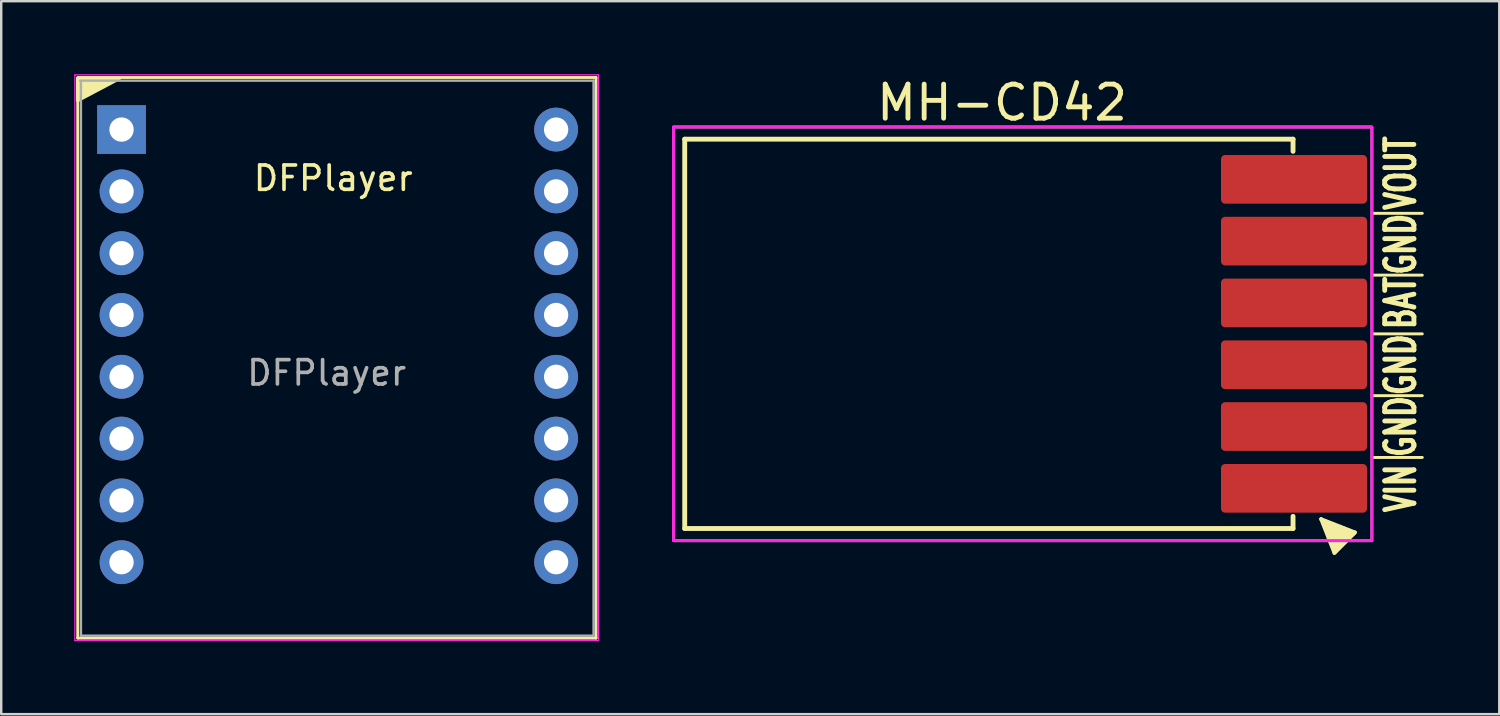
<source format=kicad_pcb>
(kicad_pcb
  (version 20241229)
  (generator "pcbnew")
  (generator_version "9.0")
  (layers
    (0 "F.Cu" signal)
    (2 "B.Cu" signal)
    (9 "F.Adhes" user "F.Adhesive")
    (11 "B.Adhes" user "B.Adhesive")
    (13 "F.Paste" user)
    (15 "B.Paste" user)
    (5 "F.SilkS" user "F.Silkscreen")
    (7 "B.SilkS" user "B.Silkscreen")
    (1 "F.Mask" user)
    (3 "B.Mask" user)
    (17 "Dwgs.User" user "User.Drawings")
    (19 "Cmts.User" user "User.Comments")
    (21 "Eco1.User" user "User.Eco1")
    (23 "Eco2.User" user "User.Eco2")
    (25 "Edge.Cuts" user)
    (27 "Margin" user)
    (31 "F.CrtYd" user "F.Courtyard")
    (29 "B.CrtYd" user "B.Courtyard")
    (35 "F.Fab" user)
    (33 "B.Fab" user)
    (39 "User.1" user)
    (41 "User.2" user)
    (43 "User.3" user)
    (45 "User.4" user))
  (footprint "MH-CD42"
    (layer "F.Cu")
    (at 38.13 10.67)
    (property "Reference" "MH-CD42" (at 0 -9.5 0) (layer "F.SilkS") (effects (font (size 1.4 1.4) (thickness 0.2))))
    (attr smd)
    (fp_line (start -13.04 -8) (end 11.96 -8) (stroke (width 0.2) (type solid)) (layer "F.SilkS"))
    (fp_line (start -13.04 8) (end -13.04 -8) (stroke (width 0.2) (type solid)) (layer "F.SilkS"))
    (fp_line (start -13.04 8) (end 11.96 8) (stroke (width 0.2) (type solid)) (layer "F.SilkS"))
    (fp_line (start 11.96 -7.5) (end 11.96 -8) (stroke (width 0.2) (type solid)) (layer "F.SilkS"))
    (fp_line (start 11.96 8) (end 11.96 7.5) (stroke (width 0.2) (type solid)) (layer "F.SilkS"))
    (fp_line (start 15.24 -4.953) (end 17.272 -4.953) (stroke (width 0.12) (type solid)) (layer "F.SilkS"))
    (fp_line (start 15.24 -2.413) (end 17.272 -2.413) (stroke (width 0.12) (type solid)) (layer "F.SilkS"))
    (fp_line (start 15.24 0) (end 17.272 0) (stroke (width 0.12) (type solid)) (layer "F.SilkS"))
    (fp_line (start 15.24 2.54) (end 17.272 2.54) (stroke (width 0.12) (type solid)) (layer "F.SilkS"))
    (fp_line (start 15.24 5.08) (end 17.272 5.08) (stroke (width 0.12) (type solid)) (layer "F.SilkS"))
    (fp_rect (start 15.2 8.5) (end -13.5 -8.5) (stroke (width 0.12) (type solid)) (fill no) (layer "F.CrtYd"))
    (fp_rect (start 15.2 8.5) (end -13.5 -8.5) (stroke (width 0.12) (type solid)) (fill no) (layer "F.Fab"))
    (fp_text user "GND" (at 16.383 1.27 90) (unlocked yes) (layer "F.SilkS") (effects (font (size 1.2 0.8) (thickness 0.2))))
    (fp_text user "BAT" (at 16.383 -1.27 90) (unlocked yes) (layer "F.SilkS") (effects (font (size 1.2 0.8) (thickness 0.2))))
    (fp_text user "VIN" (at 16.383 6.35 90) (unlocked yes) (layer "F.SilkS") (effects (font (size 1.2 0.8) (thickness 0.2))))
    (fp_text user "▲" (at 13.5 8 45) (unlocked yes) (layer "F.SilkS") (effects (font (size 1.8 1.4) (thickness 0.15))))
    (fp_text user "GND" (at 16.383 3.81 90) (unlocked yes) (layer "F.SilkS") (effects (font (size 1.2 0.8) (thickness 0.2))))
    (fp_text user "GND" (at 16.383 -3.683 90) (unlocked yes) (layer "F.SilkS") (effects (font (size 1.2 0.8) (thickness 0.2))))
    (fp_text user "VOUT" (at 16.383 -6.604 90) (unlocked yes) (layer "F.SilkS") (effects (font (size 1.2 0.8) (thickness 0.2))))
    (pad "1" smd roundrect (at 12 6.35) (size 6 2) (layers "F.Cu" "F.Mask" "F.Paste") (roundrect_rratio 0.083))
    (pad "2" smd roundrect (at 12 3.81) (size 6 2) (layers "F.Cu" "F.Mask" "F.Paste") (roundrect_rratio 0.083))
    (pad "3" smd roundrect (at 12 1.27) (size 6 2) (layers "F.Cu" "F.Mask" "F.Paste") (roundrect_rratio 0.083))
    (pad "4" smd roundrect (at 12 -1.27) (size 6 2) (layers "F.Cu" "F.Mask" "F.Paste") (roundrect_rratio 0.083))
    (pad "5" smd roundrect (at 12 -3.81) (size 6 2) (layers "F.Cu" "F.Mask" "F.Paste") (roundrect_rratio 0.083))
    (pad "6" smd roundrect (at 12 -6.35) (size 6 2) (layers "F.Cu" "F.Mask" "F.Paste") (roundrect_rratio 0.083)))
  (footprint "DFPlayer"
    (layer "F.Cu")
    (at 10.785 11.685)
    (property "Reference" "DFPlayer" (at -0.14 -7.41 0) (layer "F.SilkS") (effects (font (size 1 1) (thickness 0.15))))
    (attr through_hole)
    (fp_line (start -10.64 11.49) (end -10.64 -11.51) (stroke (width 0.12) (type solid)) (layer "F.SilkS"))
    (fp_line (start -10.64 11.49) (end 10.66 11.49) (stroke (width 0.12) (type solid)) (layer "F.SilkS"))
    (fp_line (start 10.66 -11.55) (end -10.64 -11.55) (stroke (width 0.12) (type solid)) (layer "F.SilkS"))
    (fp_line (start 10.66 11.49) (end 10.66 -11.55) (stroke (width 0.12) (type solid)) (layer "F.SilkS"))
    (fp_poly (pts (xy -10.64 -11.51) (xy -10.64 -10.61) (xy -8.94 -11.51)) (stroke (width 0.15) (type solid)) (fill yes) (layer "F.SilkS"))
    (fp_line (start -10.76 -11.66) (end 10.76 -11.66) (stroke (width 0.05) (type solid)) (layer "F.CrtYd"))
    (fp_line (start -10.76 11.59) (end -10.76 -11.66) (stroke (width 0.05) (type solid)) (layer "F.CrtYd"))
    (fp_line (start 10.76 -11.66) (end 10.76 11.59) (stroke (width 0.05) (type solid)) (layer "F.CrtYd"))
    (fp_line (start 10.76 11.59) (end -10.76 11.59) (stroke (width 0.05) (type solid)) (layer "F.CrtYd"))
    (fp_line (start -10.51 -11.41) (end -10.51 11.39) (stroke (width 0.1) (type solid)) (layer "F.Fab"))
    (fp_line (start -10.51 11.39) (end 10.56 11.39) (stroke (width 0.1) (type solid)) (layer "F.Fab"))
    (fp_line (start 10.56 -11.42) (end -10.54 -11.42) (stroke (width 0.1) (type solid)) (layer "F.Fab"))
    (fp_line (start 10.56 11.39) (end 10.56 -11.42) (stroke (width 0.1) (type solid)) (layer "F.Fab"))
    (fp_text user "${REFERENCE}" (at -0.41 0.59 0) (layer "F.Fab") (effects (font (size 1 1) (thickness 0.15))))
    (pad "1" thru_hole rect (at -8.84 -9.41) (size 2 2) (drill 1) (layers "*.Cu" "*.Mask"))
    (pad "2" thru_hole oval (at -8.84 -6.87) (size 1.8 1.8) (drill 1) (layers "*.Cu" "*.Mask"))
    (pad "3" thru_hole oval (at -8.84 -4.33) (size 1.8 1.8) (drill 1) (layers "*.Cu" "*.Mask"))
    (pad "4" thru_hole oval (at -8.84 -1.79) (size 1.8 1.8) (drill 1) (layers "*.Cu" "*.Mask"))
    (pad "5" thru_hole oval (at -8.84 0.75) (size 1.8 1.8) (drill 1) (layers "*.Cu" "*.Mask"))
    (pad "6" thru_hole oval (at -8.84 3.29) (size 1.8 1.8) (drill 1) (layers "*.Cu" "*.Mask"))
    (pad "7" thru_hole oval (at -8.84 5.83) (size 1.8 1.8) (drill 1) (layers "*.Cu" "*.Mask"))
    (pad "8" thru_hole oval (at -8.84 8.37) (size 1.8 1.8) (drill 1) (layers "*.Cu" "*.Mask"))
    (pad "9" thru_hole oval (at 9.02 8.37) (size 1.8 1.8) (drill 1) (layers "*.Cu" "*.Mask"))
    (pad "10" thru_hole oval (at 9.02 5.83) (size 1.8 1.8) (drill 1) (layers "*.Cu" "*.Mask"))
    (pad "11" thru_hole oval (at 9.02 3.29) (size 1.8 1.8) (drill 1) (layers "*.Cu" "*.Mask"))
    (pad "12" thru_hole oval (at 9.02 0.75) (size 1.8 1.8) (drill 1) (layers "*.Cu" "*.Mask"))
    (pad "13" thru_hole oval (at 9.02 -1.79) (size 1.8 1.8) (drill 1) (layers "*.Cu" "*.Mask"))
    (pad "14" thru_hole oval (at 9.02 -4.33) (size 1.8 1.8) (drill 1) (layers "*.Cu" "*.Mask"))
    (pad "15" thru_hole oval (at 9.02 -6.87) (size 1.8 1.8) (drill 1) (layers "*.Cu" "*.Mask"))
    (pad "16" thru_hole oval (at 9.02 -9.41) (size 1.8 1.8) (drill 1) (layers "*.Cu" "*.Mask")))
  (gr_rect
    (start -3 -3)
    (end 58.566 26.3)
    (stroke (width 0.1) (type default))
    (fill no)
    (layer "Edge.Cuts")))
</source>
